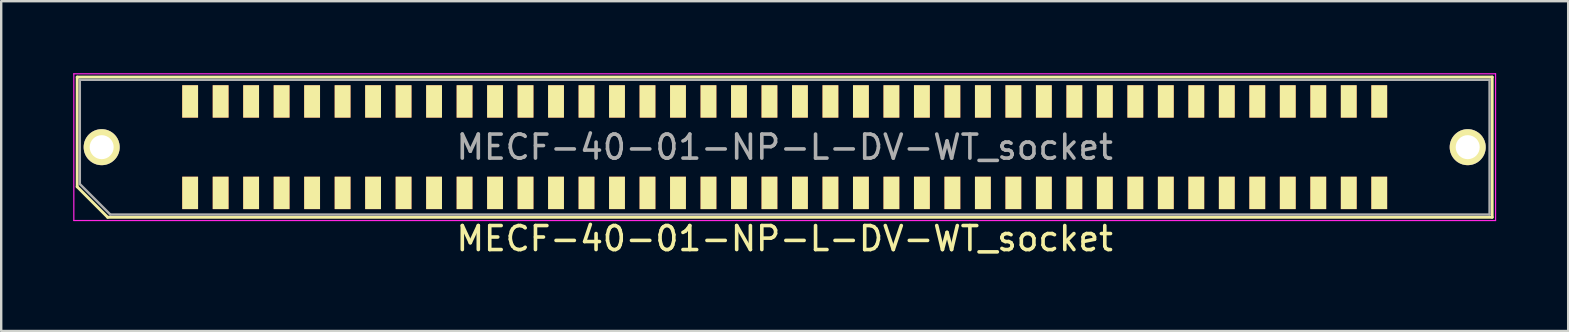
<source format=kicad_pcb>
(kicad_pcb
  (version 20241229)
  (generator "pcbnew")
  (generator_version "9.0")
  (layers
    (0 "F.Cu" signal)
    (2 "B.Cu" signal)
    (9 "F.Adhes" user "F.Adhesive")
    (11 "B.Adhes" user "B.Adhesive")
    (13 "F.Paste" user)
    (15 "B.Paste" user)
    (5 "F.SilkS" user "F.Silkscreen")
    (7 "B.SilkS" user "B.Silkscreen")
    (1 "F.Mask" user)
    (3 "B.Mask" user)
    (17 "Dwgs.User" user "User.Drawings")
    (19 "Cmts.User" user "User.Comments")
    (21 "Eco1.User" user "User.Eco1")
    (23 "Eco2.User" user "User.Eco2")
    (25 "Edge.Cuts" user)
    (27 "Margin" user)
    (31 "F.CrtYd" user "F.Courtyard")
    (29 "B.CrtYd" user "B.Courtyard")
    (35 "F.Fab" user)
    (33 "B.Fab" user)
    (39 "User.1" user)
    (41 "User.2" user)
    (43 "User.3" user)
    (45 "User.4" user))
  (footprint "MECF-40-01-NP-L-DV-WT_socket"
    (layer "F.Cu")
    (at 29.635 3.08)
    (property "Reference" "MECF-40-01-NP-L-DV-WT_socket" (at 0 3.81 0) (layer "F.SilkS") (effects (font (size 1 1) (thickness 0.15))))
    (attr through_hole)
    (fp_line (start -29.47 -2.92) (end 29.47 -2.92) (stroke (width 0.12) (type solid)) (layer "F.SilkS"))
    (fp_line (start -29.47 1.65) (end -29.47 -2.92) (stroke (width 0.12) (type solid)) (layer "F.SilkS"))
    (fp_line (start -28.2 2.92) (end -29.47 1.65) (stroke (width 0.12) (type solid)) (layer "F.SilkS"))
    (fp_line (start -28.2 2.92) (end 29.47 2.92) (stroke (width 0.12) (type solid)) (layer "F.SilkS"))
    (fp_line (start 29.47 2.92) (end 29.47 -2.92) (stroke (width 0.12) (type solid)) (layer "F.SilkS"))
    (fp_line (start -29.61 -3.055) (end -29.61 3.055) (stroke (width 0.05) (type solid)) (layer "F.CrtYd"))
    (fp_line (start -29.61 3.055) (end 29.61 3.055) (stroke (width 0.05) (type solid)) (layer "F.CrtYd"))
    (fp_line (start 29.61 -3.055) (end -29.61 -3.055) (stroke (width 0.05) (type solid)) (layer "F.CrtYd"))
    (fp_line (start 29.61 3.055) (end 29.61 -3.055) (stroke (width 0.05) (type solid)) (layer "F.CrtYd"))
    (fp_line (start -29.36 -2.805) (end 29.36 -2.805) (stroke (width 0.1) (type solid)) (layer "F.Fab"))
    (fp_line (start -29.36 1.535) (end -29.36 -2.805) (stroke (width 0.1) (type solid)) (layer "F.Fab"))
    (fp_line (start -29.36 1.535) (end -28.09 2.805) (stroke (width 0.1) (type solid)) (layer "F.Fab"))
    (fp_line (start -28.09 2.805) (end 29.36 2.805) (stroke (width 0.1) (type solid)) (layer "F.Fab"))
    (fp_line (start 29.36 2.805) (end 29.36 -2.805) (stroke (width 0.1) (type solid)) (layer "F.Fab"))
    (fp_text user "${REFERENCE}" (at 0 0 0) (layer "F.Fab") (effects (font (size 1 1) (thickness 0.15))))
    (pad "" np_thru_hole circle (at -26.545 0) (size 0.001 0.001) (drill 1.45) (layers "*.Cu" "*.Mask" "F.SilkS"))
    (pad "" np_thru_hole circle (at 26.545 1) (size 0.001 0.001) (drill 1.45) (layers "*.Cu" "*.Mask" "F.SilkS"))
    (pad "1" smd rect (at -24.765 1.905) (size 0.66 1.35) (layers "F.Cu" "F.Mask" "F.SilkS"))
    (pad "2" smd rect (at -24.765 -1.905) (size 0.66 1.35) (layers "F.Cu" "F.Mask" "F.SilkS"))
    (pad "3" smd rect (at -23.495 1.905) (size 0.66 1.35) (layers "F.Cu" "F.Mask" "F.SilkS"))
    (pad "4" smd rect (at -23.495 -1.905) (size 0.66 1.35) (layers "F.Cu" "F.Mask" "F.SilkS"))
    (pad "5" smd rect (at -22.225 1.905) (size 0.66 1.35) (layers "F.Cu" "F.Mask" "F.SilkS"))
    (pad "6" smd rect (at -22.225 -1.905) (size 0.66 1.35) (layers "F.Cu" "F.Mask" "F.SilkS"))
    (pad "7" smd rect (at -20.955 1.905) (size 0.66 1.35) (layers "F.Cu" "F.Mask" "F.SilkS"))
    (pad "8" smd rect (at -20.955 -1.905) (size 0.66 1.35) (layers "F.Cu" "F.Mask" "F.SilkS"))
    (pad "9" smd rect (at -19.685 1.905) (size 0.66 1.35) (layers "F.Cu" "F.Mask" "F.SilkS"))
    (pad "10" smd rect (at -19.685 -1.905) (size 0.66 1.35) (layers "F.Cu" "F.Mask" "F.SilkS"))
    (pad "11" smd rect (at -18.415 1.905) (size 0.66 1.35) (layers "F.Cu" "F.Mask" "F.SilkS"))
    (pad "12" smd rect (at -18.415 -1.905) (size 0.66 1.35) (layers "F.Cu" "F.Mask" "F.SilkS"))
    (pad "13" smd rect (at -17.145 1.905) (size 0.66 1.35) (layers "F.Cu" "F.Mask" "F.SilkS"))
    (pad "14" smd rect (at -17.145 -1.905) (size 0.66 1.35) (layers "F.Cu" "F.Mask" "F.SilkS"))
    (pad "15" smd rect (at -15.875 1.905) (size 0.66 1.35) (layers "F.Cu" "F.Mask" "F.SilkS"))
    (pad "16" smd rect (at -15.875 -1.905) (size 0.66 1.35) (layers "F.Cu" "F.Mask" "F.SilkS"))
    (pad "17" smd rect (at -14.605 1.905) (size 0.66 1.35) (layers "F.Cu" "F.Mask" "F.SilkS"))
    (pad "18" smd rect (at -14.605 -1.905) (size 0.66 1.35) (layers "F.Cu" "F.Mask" "F.SilkS"))
    (pad "19" smd rect (at -13.335 1.905) (size 0.66 1.35) (layers "F.Cu" "F.Mask" "F.SilkS"))
    (pad "20" smd rect (at -13.335 -1.905) (size 0.66 1.35) (layers "F.Cu" "F.Mask" "F.SilkS"))
    (pad "21" smd rect (at -12.065 1.905) (size 0.66 1.35) (layers "F.Cu" "F.Mask" "F.SilkS"))
    (pad "22" smd rect (at -12.065 -1.905) (size 0.66 1.35) (layers "F.Cu" "F.Mask" "F.SilkS"))
    (pad "23" smd rect (at -10.795 1.905) (size 0.66 1.35) (layers "F.Cu" "F.Mask" "F.SilkS"))
    (pad "24" smd rect (at -10.795 -1.905) (size 0.66 1.35) (layers "F.Cu" "F.Mask" "F.SilkS"))
    (pad "25" smd rect (at -9.525 1.905) (size 0.66 1.35) (layers "F.Cu" "F.Mask" "F.SilkS"))
    (pad "26" smd rect (at -9.525 -1.905) (size 0.66 1.35) (layers "F.Cu" "F.Mask" "F.SilkS"))
    (pad "27" smd rect (at -8.255 1.905) (size 0.66 1.35) (layers "F.Cu" "F.Mask" "F.SilkS"))
    (pad "28" smd rect (at -8.255 -1.905) (size 0.66 1.35) (layers "F.Cu" "F.Mask" "F.SilkS"))
    (pad "29" smd rect (at -6.985 1.905) (size 0.66 1.35) (layers "F.Cu" "F.Mask" "F.SilkS"))
    (pad "30" smd rect (at -6.985 -1.905) (size 0.66 1.35) (layers "F.Cu" "F.Mask" "F.SilkS"))
    (pad "31" smd rect (at -5.715 1.905) (size 0.66 1.35) (layers "F.Cu" "F.Mask" "F.SilkS"))
    (pad "32" smd rect (at -5.715 -1.905) (size 0.66 1.35) (layers "F.Cu" "F.Mask" "F.SilkS"))
    (pad "33" smd rect (at -4.445 1.905) (size 0.66 1.35) (layers "F.Cu" "F.Mask" "F.SilkS"))
    (pad "34" smd rect (at -4.445 -1.905) (size 0.66 1.35) (layers "F.Cu" "F.Mask" "F.SilkS"))
    (pad "35" smd rect (at -3.175 1.905) (size 0.66 1.35) (layers "F.Cu" "F.Mask" "F.SilkS"))
    (pad "36" smd rect (at -3.175 -1.905) (size 0.66 1.35) (layers "F.Cu" "F.Mask" "F.SilkS"))
    (pad "37" smd rect (at -1.905 1.905) (size 0.66 1.35) (layers "F.Cu" "F.Mask" "F.SilkS"))
    (pad "38" smd rect (at -1.905 -1.905) (size 0.66 1.35) (layers "F.Cu" "F.Mask" "F.SilkS"))
    (pad "39" smd rect (at -0.635 1.905) (size 0.66 1.35) (layers "F.Cu" "F.Mask" "F.SilkS"))
    (pad "40" smd rect (at -0.635 -1.905) (size 0.66 1.35) (layers "F.Cu" "F.Mask" "F.SilkS"))
    (pad "41" smd rect (at 0.635 1.905) (size 0.66 1.35) (layers "F.Cu" "F.Mask" "F.SilkS"))
    (pad "42" smd rect (at 0.635 -1.905) (size 0.66 1.35) (layers "F.Cu" "F.Mask" "F.SilkS"))
    (pad "43" smd rect (at 1.905 1.905) (size 0.66 1.35) (layers "F.Cu" "F.Mask" "F.SilkS"))
    (pad "44" smd rect (at 1.905 -1.905) (size 0.66 1.35) (layers "F.Cu" "F.Mask" "F.SilkS"))
    (pad "45" smd rect (at 3.175 1.905) (size 0.66 1.35) (layers "F.Cu" "F.Mask" "F.SilkS"))
    (pad "46" smd rect (at 3.175 -1.905) (size 0.66 1.35) (layers "F.Cu" "F.Mask" "F.SilkS"))
    (pad "47" smd rect (at 4.445 1.905) (size 0.66 1.35) (layers "F.Cu" "F.Mask" "F.SilkS"))
    (pad "48" smd rect (at 4.445 -1.905) (size 0.66 1.35) (layers "F.Cu" "F.Mask" "F.SilkS"))
    (pad "49" smd rect (at 5.715 1.905) (size 0.66 1.35) (layers "F.Cu" "F.Mask" "F.SilkS"))
    (pad "50" smd rect (at 5.715 -1.905) (size 0.66 1.35) (layers "F.Cu" "F.Mask" "F.SilkS"))
    (pad "51" smd rect (at 6.985 1.905) (size 0.66 1.35) (layers "F.Cu" "F.Mask" "F.SilkS"))
    (pad "52" smd rect (at 6.985 -1.905) (size 0.66 1.35) (layers "F.Cu" "F.Mask" "F.SilkS"))
    (pad "53" smd rect (at 8.255 1.905) (size 0.66 1.35) (layers "F.Cu" "F.Mask" "F.SilkS"))
    (pad "54" smd rect (at 8.255 -1.905) (size 0.66 1.35) (layers "F.Cu" "F.Mask" "F.SilkS"))
    (pad "55" smd rect (at 9.525 1.905) (size 0.66 1.35) (layers "F.Cu" "F.Mask" "F.SilkS"))
    (pad "56" smd rect (at 9.525 -1.905) (size 0.66 1.35) (layers "F.Cu" "F.Mask" "F.SilkS"))
    (pad "57" smd rect (at 10.795 1.905) (size 0.66 1.35) (layers "F.Cu" "F.Mask" "F.SilkS"))
    (pad "58" smd rect (at 10.795 -1.905) (size 0.66 1.35) (layers "F.Cu" "F.Mask" "F.SilkS"))
    (pad "59" smd rect (at 12.065 1.905) (size 0.66 1.35) (layers "F.Cu" "F.Mask" "F.SilkS"))
    (pad "60" smd rect (at 12.065 -1.905) (size 0.66 1.35) (layers "F.Cu" "F.Mask" "F.SilkS"))
    (pad "61" smd rect (at 13.335 1.905) (size 0.66 1.35) (layers "F.Cu" "F.Mask" "F.SilkS"))
    (pad "62" smd rect (at 13.335 -1.905) (size 0.66 1.35) (layers "F.Cu" "F.Mask" "F.SilkS"))
    (pad "63" smd rect (at 14.605 1.905) (size 0.66 1.35) (layers "F.Cu" "F.Mask" "F.SilkS"))
    (pad "64" smd rect (at 14.605 -1.905) (size 0.66 1.35) (layers "F.Cu" "F.Mask" "F.SilkS"))
    (pad "65" smd rect (at 15.875 1.905) (size 0.66 1.35) (layers "F.Cu" "F.Mask" "F.SilkS"))
    (pad "66" smd rect (at 15.875 -1.905) (size 0.66 1.35) (layers "F.Cu" "F.Mask" "F.SilkS"))
    (pad "67" smd rect (at 17.145 1.905) (size 0.66 1.35) (layers "F.Cu" "F.Mask" "F.SilkS"))
    (pad "68" smd rect (at 17.145 -1.905) (size 0.66 1.35) (layers "F.Cu" "F.Mask" "F.SilkS"))
    (pad "69" smd rect (at 18.415 1.905) (size 0.66 1.35) (layers "F.Cu" "F.Mask" "F.SilkS"))
    (pad "70" smd rect (at 18.415 -1.905) (size 0.66 1.35) (layers "F.Cu" "F.Mask" "F.SilkS"))
    (pad "71" smd rect (at 19.685 1.905) (size 0.66 1.35) (layers "F.Cu" "F.Mask" "F.SilkS"))
    (pad "72" smd rect (at 19.685 -1.905) (size 0.66 1.35) (layers "F.Cu" "F.Mask" "F.SilkS"))
    (pad "73" smd rect (at 20.955 1.905) (size 0.66 1.35) (layers "F.Cu" "F.Mask" "F.SilkS"))
    (pad "74" smd rect (at 20.955 -1.905) (size 0.66 1.35) (layers "F.Cu" "F.Mask" "F.SilkS"))
    (pad "75" smd rect (at 22.225 1.905) (size 0.66 1.35) (layers "F.Cu" "F.Mask" "F.SilkS"))
    (pad "76" smd rect (at 22.225 -1.905) (size 0.66 1.35) (layers "F.Cu" "F.Mask" "F.SilkS"))
    (pad "77" smd rect (at 23.495 1.905) (size 0.66 1.35) (layers "F.Cu" "F.Mask" "F.SilkS"))
    (pad "78" smd rect (at 23.495 -1.905) (size 0.66 1.35) (layers "F.Cu" "F.Mask" "F.SilkS"))
    (pad "79" smd rect (at 24.765 1.905) (size 0.66 1.35) (layers "F.Cu" "F.Mask" "F.SilkS"))
    (pad "80" smd rect (at 24.765 -1.905) (size 0.66 1.35) (layers "F.Cu" "F.Mask" "F.SilkS"))
    (pad "None" thru_hole circle (at -28.45 0) (size 1.5 1.5) (drill 1) (layers "*.Cu" "*.Mask" "F.SilkS"))
    (pad "None" thru_hole circle (at 28.45 0) (size 1.5 1.5) (drill 1) (layers "*.Cu" "*.Mask" "F.SilkS")))
  (gr_rect
    (start -3 -3)
    (end 62.27 10.738)
    (stroke (width 0.1) (type default))
    (fill no)
    (layer "Edge.Cuts")))
</source>
